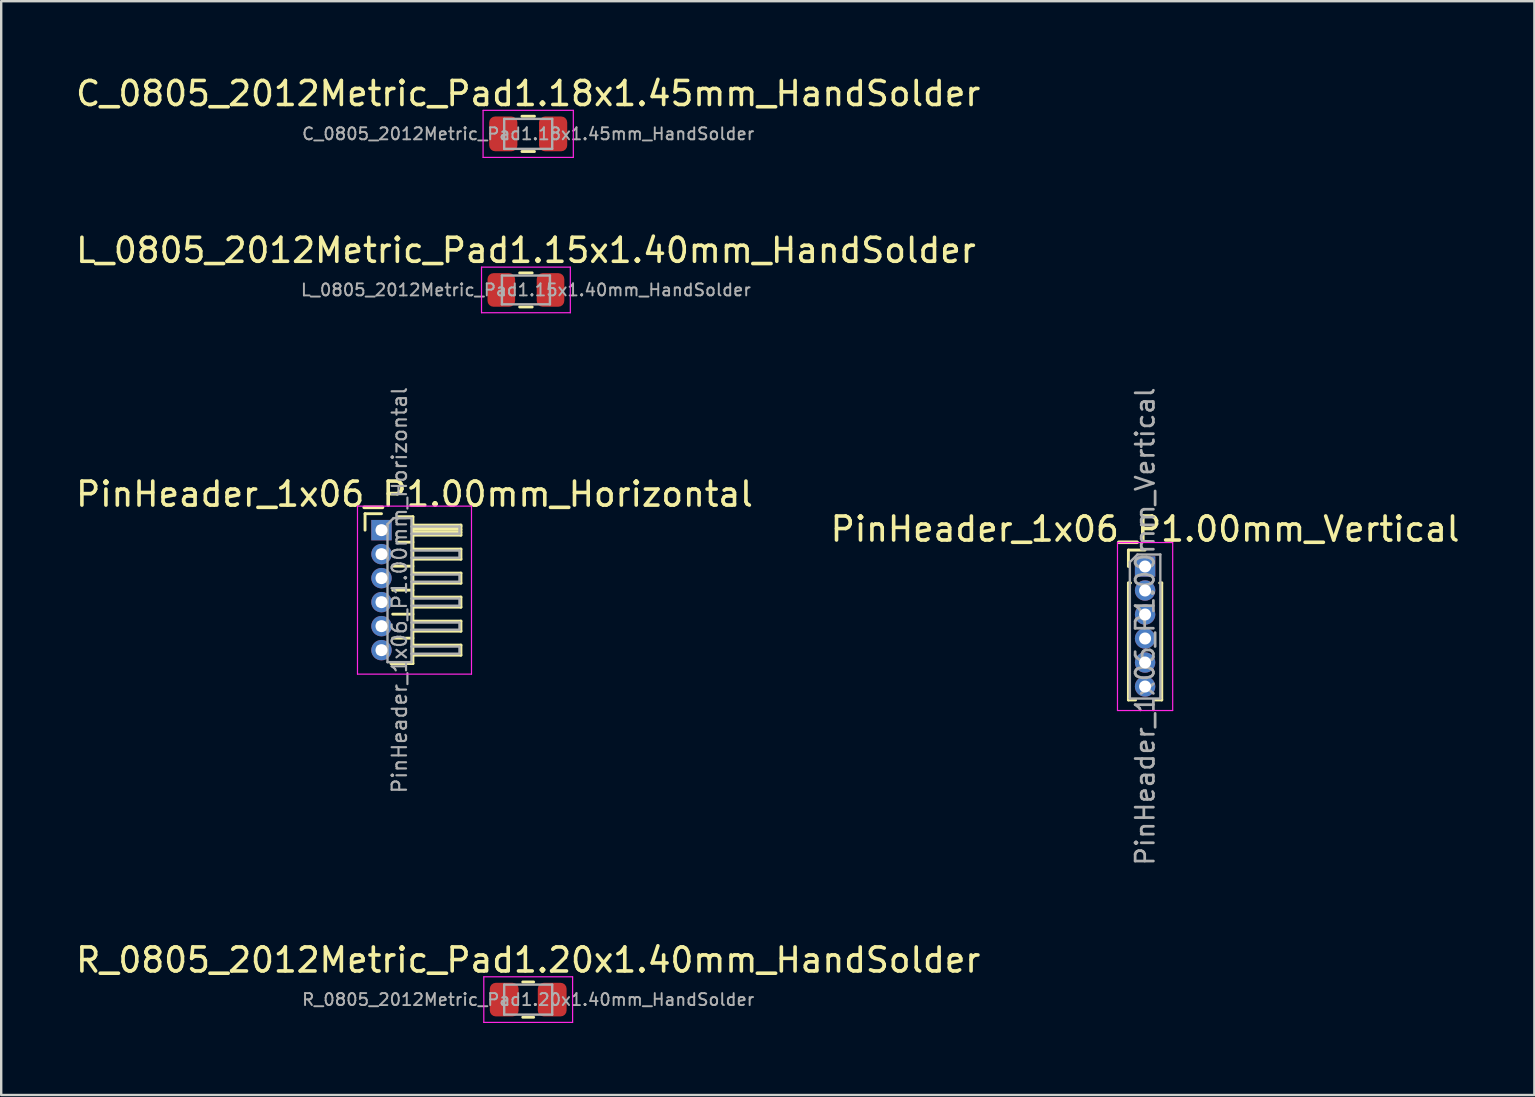
<source format=kicad_pcb>
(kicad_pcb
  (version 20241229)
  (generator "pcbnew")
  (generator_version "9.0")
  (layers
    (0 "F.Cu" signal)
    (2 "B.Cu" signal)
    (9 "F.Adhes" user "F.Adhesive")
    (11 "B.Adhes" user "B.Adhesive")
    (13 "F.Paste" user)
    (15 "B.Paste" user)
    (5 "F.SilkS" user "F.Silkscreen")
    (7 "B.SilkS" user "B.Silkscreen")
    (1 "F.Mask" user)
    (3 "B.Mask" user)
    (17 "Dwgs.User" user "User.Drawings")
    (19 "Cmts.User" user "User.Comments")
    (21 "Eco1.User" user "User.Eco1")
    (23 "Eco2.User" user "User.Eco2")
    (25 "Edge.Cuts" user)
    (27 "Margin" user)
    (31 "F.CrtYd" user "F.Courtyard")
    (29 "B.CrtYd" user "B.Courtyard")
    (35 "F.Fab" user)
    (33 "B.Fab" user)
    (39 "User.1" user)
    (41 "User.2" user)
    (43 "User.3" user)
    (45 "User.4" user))
  (footprint "PinHeader_1x06_P1.00mm_Vertical"
    (layer "F.Cu")
    (at 44.661 20.554)
    (property "Reference" "PinHeader_1x06_P1.00mm_Vertical" (at 0 -1.56 0) (layer "F.SilkS") (effects (font (size 1 1) (thickness 0.15))))
    (attr through_hole)
    (fp_line (start -0.695 -0.685) (end 0 -0.685) (stroke (width 0.12) (type solid)) (layer "F.SilkS"))
    (fp_line (start -0.695 0) (end -0.695 -0.685) (stroke (width 0.12) (type solid)) (layer "F.SilkS"))
    (fp_line (start -0.695 0.685) (end -0.695 5.56) (stroke (width 0.12) (type solid)) (layer "F.SilkS"))
    (fp_line (start -0.695 0.685) (end -0.608 0.685) (stroke (width 0.12) (type solid)) (layer "F.SilkS"))
    (fp_line (start -0.695 5.56) (end -0.394 5.56) (stroke (width 0.12) (type solid)) (layer "F.SilkS"))
    (fp_line (start 0.394 5.56) (end 0.695 5.56) (stroke (width 0.12) (type solid)) (layer "F.SilkS"))
    (fp_line (start 0.608 0.685) (end 0.695 0.685) (stroke (width 0.12) (type solid)) (layer "F.SilkS"))
    (fp_line (start 0.695 0.685) (end 0.695 5.56) (stroke (width 0.12) (type solid)) (layer "F.SilkS"))
    (fp_line (start -1.15 -1) (end -1.15 6) (stroke (width 0.05) (type solid)) (layer "F.CrtYd"))
    (fp_line (start -1.15 6) (end 1.15 6) (stroke (width 0.05) (type solid)) (layer "F.CrtYd"))
    (fp_line (start 1.15 -1) (end -1.15 -1) (stroke (width 0.05) (type solid)) (layer "F.CrtYd"))
    (fp_line (start 1.15 6) (end 1.15 -1) (stroke (width 0.05) (type solid)) (layer "F.CrtYd"))
    (fp_line (start -0.635 -0.182) (end -0.318 -0.5) (stroke (width 0.1) (type solid)) (layer "F.Fab"))
    (fp_line (start -0.635 5.5) (end -0.635 -0.182) (stroke (width 0.1) (type solid)) (layer "F.Fab"))
    (fp_line (start -0.318 -0.5) (end 0.635 -0.5) (stroke (width 0.1) (type solid)) (layer "F.Fab"))
    (fp_line (start 0.635 -0.5) (end 0.635 5.5) (stroke (width 0.1) (type solid)) (layer "F.Fab"))
    (fp_line (start 0.635 5.5) (end -0.635 5.5) (stroke (width 0.1) (type solid)) (layer "F.Fab"))
    (fp_text user "${REFERENCE}" (at 0 2.5 90) (layer "F.Fab") (effects (font (size 0.76 0.76) (thickness 0.114))))
    (pad "1" thru_hole rect (at 0 0) (size 0.85 0.85) (drill 0.5) (layers "*.Cu" "*.Mask"))
    (pad "2" thru_hole oval (at 0 1) (size 0.85 0.85) (drill 0.5) (layers "*.Cu" "*.Mask"))
    (pad "3" thru_hole oval (at 0 2) (size 0.85 0.85) (drill 0.5) (layers "*.Cu" "*.Mask"))
    (pad "4" thru_hole oval (at 0 3) (size 0.85 0.85) (drill 0.5) (layers "*.Cu" "*.Mask"))
    (pad "5" thru_hole oval (at 0 4) (size 0.85 0.85) (drill 0.5) (layers "*.Cu" "*.Mask"))
    (pad "6" thru_hole oval (at 0 5) (size 0.85 0.85) (drill 0.5) (layers "*.Cu" "*.Mask")))
  (footprint "L_0805_2012Metric_Pad1.15x1.40mm_HandSolder"
    (layer "F.Cu")
    (at 18.863 9.031)
    (property "Reference" "L_0805_2012Metric_Pad1.15x1.40mm_HandSolder" (at 0 -1.65 0) (layer "F.SilkS") (effects (font (size 1 1) (thickness 0.15))))
    (attr smd)
    (fp_line (start -0.261 -0.71) (end 0.261 -0.71) (stroke (width 0.12) (type solid)) (layer "F.SilkS"))
    (fp_line (start -0.261 0.71) (end 0.261 0.71) (stroke (width 0.12) (type solid)) (layer "F.SilkS"))
    (fp_line (start -1.85 -0.95) (end 1.85 -0.95) (stroke (width 0.05) (type solid)) (layer "F.CrtYd"))
    (fp_line (start -1.85 0.95) (end -1.85 -0.95) (stroke (width 0.05) (type solid)) (layer "F.CrtYd"))
    (fp_line (start 1.85 -0.95) (end 1.85 0.95) (stroke (width 0.05) (type solid)) (layer "F.CrtYd"))
    (fp_line (start 1.85 0.95) (end -1.85 0.95) (stroke (width 0.05) (type solid)) (layer "F.CrtYd"))
    (fp_line (start -1 -0.6) (end 1 -0.6) (stroke (width 0.1) (type solid)) (layer "F.Fab"))
    (fp_line (start -1 0.6) (end -1 -0.6) (stroke (width 0.1) (type solid)) (layer "F.Fab"))
    (fp_line (start 1 -0.6) (end 1 0.6) (stroke (width 0.1) (type solid)) (layer "F.Fab"))
    (fp_line (start 1 0.6) (end -1 0.6) (stroke (width 0.1) (type solid)) (layer "F.Fab"))
    (fp_text user "${REFERENCE}" (at 0 0 0) (layer "F.Fab") (effects (font (size 0.5 0.5) (thickness 0.08))))
    (pad "1" smd roundrect (at -1.025 0) (size 1.15 1.4) (layers "F.Cu" "F.Mask" "F.Paste") (roundrect_rratio 0.217))
    (pad "2" smd roundrect (at 1.025 0) (size 1.15 1.4) (layers "F.Cu" "F.Mask" "F.Paste") (roundrect_rratio 0.217)))
  (footprint "PinHeader_1x06_P1.00mm_Horizontal"
    (layer "F.Cu")
    (at 12.845 19.039)
    (property "Reference" "PinHeader_1x06_P1.00mm_Horizontal" (at 1.375 -1.5 0) (layer "F.SilkS") (effects (font (size 1 1) (thickness 0.15))))
    (attr through_hole)
    (fp_line (start -0.685 -0.685) (end 0 -0.685) (stroke (width 0.12) (type solid)) (layer "F.SilkS"))
    (fp_line (start -0.685 0) (end -0.685 -0.685) (stroke (width 0.12) (type solid)) (layer "F.SilkS"))
    (fp_line (start 0.468 1.5) (end 1.31 1.5) (stroke (width 0.12) (type solid)) (layer "F.SilkS"))
    (fp_line (start 0.468 2.5) (end 1.31 2.5) (stroke (width 0.12) (type solid)) (layer "F.SilkS"))
    (fp_line (start 0.468 3.5) (end 1.31 3.5) (stroke (width 0.12) (type solid)) (layer "F.SilkS"))
    (fp_line (start 0.468 4.5) (end 1.31 4.5) (stroke (width 0.12) (type solid)) (layer "F.SilkS"))
    (fp_line (start 0.685 -0.56) (end 1.31 -0.56) (stroke (width 0.12) (type solid)) (layer "F.SilkS"))
    (fp_line (start 0.685 0.5) (end 1.31 0.5) (stroke (width 0.12) (type solid)) (layer "F.SilkS"))
    (fp_line (start 1.31 -0.56) (end 1.31 5.56) (stroke (width 0.12) (type solid)) (layer "F.SilkS"))
    (fp_line (start 1.31 -0.21) (end 3.31 -0.21) (stroke (width 0.12) (type solid)) (layer "F.SilkS"))
    (fp_line (start 1.31 -0.15) (end 3.31 -0.15) (stroke (width 0.12) (type solid)) (layer "F.SilkS"))
    (fp_line (start 1.31 -0.03) (end 3.31 -0.03) (stroke (width 0.12) (type solid)) (layer "F.SilkS"))
    (fp_line (start 1.31 0.09) (end 3.31 0.09) (stroke (width 0.12) (type solid)) (layer "F.SilkS"))
    (fp_line (start 1.31 0.79) (end 3.31 0.79) (stroke (width 0.12) (type solid)) (layer "F.SilkS"))
    (fp_line (start 1.31 1.79) (end 3.31 1.79) (stroke (width 0.12) (type solid)) (layer "F.SilkS"))
    (fp_line (start 1.31 2.79) (end 3.31 2.79) (stroke (width 0.12) (type solid)) (layer "F.SilkS"))
    (fp_line (start 1.31 3.79) (end 3.31 3.79) (stroke (width 0.12) (type solid)) (layer "F.SilkS"))
    (fp_line (start 1.31 4.79) (end 3.31 4.79) (stroke (width 0.12) (type solid)) (layer "F.SilkS"))
    (fp_line (start 1.31 5.56) (end 0.394 5.56) (stroke (width 0.12) (type solid)) (layer "F.SilkS"))
    (fp_line (start 3.31 -0.21) (end 3.31 0.21) (stroke (width 0.12) (type solid)) (layer "F.SilkS"))
    (fp_line (start 3.31 0.21) (end 1.31 0.21) (stroke (width 0.12) (type solid)) (layer "F.SilkS"))
    (fp_line (start 3.31 0.79) (end 3.31 1.21) (stroke (width 0.12) (type solid)) (layer "F.SilkS"))
    (fp_line (start 3.31 1.21) (end 1.31 1.21) (stroke (width 0.12) (type solid)) (layer "F.SilkS"))
    (fp_line (start 3.31 1.79) (end 3.31 2.21) (stroke (width 0.12) (type solid)) (layer "F.SilkS"))
    (fp_line (start 3.31 2.21) (end 1.31 2.21) (stroke (width 0.12) (type solid)) (layer "F.SilkS"))
    (fp_line (start 3.31 2.79) (end 3.31 3.21) (stroke (width 0.12) (type solid)) (layer "F.SilkS"))
    (fp_line (start 3.31 3.21) (end 1.31 3.21) (stroke (width 0.12) (type solid)) (layer "F.SilkS"))
    (fp_line (start 3.31 3.79) (end 3.31 4.21) (stroke (width 0.12) (type solid)) (layer "F.SilkS"))
    (fp_line (start 3.31 4.21) (end 1.31 4.21) (stroke (width 0.12) (type solid)) (layer "F.SilkS"))
    (fp_line (start 3.31 4.79) (end 3.31 5.21) (stroke (width 0.12) (type solid)) (layer "F.SilkS"))
    (fp_line (start 3.31 5.21) (end 1.31 5.21) (stroke (width 0.12) (type solid)) (layer "F.SilkS"))
    (fp_line (start -1 -1) (end -1 6) (stroke (width 0.05) (type solid)) (layer "F.CrtYd"))
    (fp_line (start -1 6) (end 3.75 6) (stroke (width 0.05) (type solid)) (layer "F.CrtYd"))
    (fp_line (start 3.75 -1) (end -1 -1) (stroke (width 0.05) (type solid)) (layer "F.CrtYd"))
    (fp_line (start 3.75 6) (end 3.75 -1) (stroke (width 0.05) (type solid)) (layer "F.CrtYd"))
    (fp_line (start -0.15 -0.15) (end -0.15 0.15) (stroke (width 0.1) (type solid)) (layer "F.Fab"))
    (fp_line (start -0.15 -0.15) (end 0.25 -0.15) (stroke (width 0.1) (type solid)) (layer "F.Fab"))
    (fp_line (start -0.15 0.15) (end 0.25 0.15) (stroke (width 0.1) (type solid)) (layer "F.Fab"))
    (fp_line (start -0.15 0.85) (end -0.15 1.15) (stroke (width 0.1) (type solid)) (layer "F.Fab"))
    (fp_line (start -0.15 0.85) (end 0.25 0.85) (stroke (width 0.1) (type solid)) (layer "F.Fab"))
    (fp_line (start -0.15 1.15) (end 0.25 1.15) (stroke (width 0.1) (type solid)) (layer "F.Fab"))
    (fp_line (start -0.15 1.85) (end -0.15 2.15) (stroke (width 0.1) (type solid)) (layer "F.Fab"))
    (fp_line (start -0.15 1.85) (end 0.25 1.85) (stroke (width 0.1) (type solid)) (layer "F.Fab"))
    (fp_line (start -0.15 2.15) (end 0.25 2.15) (stroke (width 0.1) (type solid)) (layer "F.Fab"))
    (fp_line (start -0.15 2.85) (end -0.15 3.15) (stroke (width 0.1) (type solid)) (layer "F.Fab"))
    (fp_line (start -0.15 2.85) (end 0.25 2.85) (stroke (width 0.1) (type solid)) (layer "F.Fab"))
    (fp_line (start -0.15 3.15) (end 0.25 3.15) (stroke (width 0.1) (type solid)) (layer "F.Fab"))
    (fp_line (start -0.15 3.85) (end -0.15 4.15) (stroke (width 0.1) (type solid)) (layer "F.Fab"))
    (fp_line (start -0.15 3.85) (end 0.25 3.85) (stroke (width 0.1) (type solid)) (layer "F.Fab"))
    (fp_line (start -0.15 4.15) (end 0.25 4.15) (stroke (width 0.1) (type solid)) (layer "F.Fab"))
    (fp_line (start -0.15 4.85) (end -0.15 5.15) (stroke (width 0.1) (type solid)) (layer "F.Fab"))
    (fp_line (start -0.15 4.85) (end 0.25 4.85) (stroke (width 0.1) (type solid)) (layer "F.Fab"))
    (fp_line (start -0.15 5.15) (end 0.25 5.15) (stroke (width 0.1) (type solid)) (layer "F.Fab"))
    (fp_line (start 0.25 -0.25) (end 0.5 -0.5) (stroke (width 0.1) (type solid)) (layer "F.Fab"))
    (fp_line (start 0.25 5.5) (end 0.25 -0.25) (stroke (width 0.1) (type solid)) (layer "F.Fab"))
    (fp_line (start 0.5 -0.5) (end 1.25 -0.5) (stroke (width 0.1) (type solid)) (layer "F.Fab"))
    (fp_line (start 1.25 -0.5) (end 1.25 5.5) (stroke (width 0.1) (type solid)) (layer "F.Fab"))
    (fp_line (start 1.25 -0.15) (end 3.25 -0.15) (stroke (width 0.1) (type solid)) (layer "F.Fab"))
    (fp_line (start 1.25 0.15) (end 3.25 0.15) (stroke (width 0.1) (type solid)) (layer "F.Fab"))
    (fp_line (start 1.25 0.85) (end 3.25 0.85) (stroke (width 0.1) (type solid)) (layer "F.Fab"))
    (fp_line (start 1.25 1.15) (end 3.25 1.15) (stroke (width 0.1) (type solid)) (layer "F.Fab"))
    (fp_line (start 1.25 1.85) (end 3.25 1.85) (stroke (width 0.1) (type solid)) (layer "F.Fab"))
    (fp_line (start 1.25 2.15) (end 3.25 2.15) (stroke (width 0.1) (type solid)) (layer "F.Fab"))
    (fp_line (start 1.25 2.85) (end 3.25 2.85) (stroke (width 0.1) (type solid)) (layer "F.Fab"))
    (fp_line (start 1.25 3.15) (end 3.25 3.15) (stroke (width 0.1) (type solid)) (layer "F.Fab"))
    (fp_line (start 1.25 3.85) (end 3.25 3.85) (stroke (width 0.1) (type solid)) (layer "F.Fab"))
    (fp_line (start 1.25 4.15) (end 3.25 4.15) (stroke (width 0.1) (type solid)) (layer "F.Fab"))
    (fp_line (start 1.25 4.85) (end 3.25 4.85) (stroke (width 0.1) (type solid)) (layer "F.Fab"))
    (fp_line (start 1.25 5.15) (end 3.25 5.15) (stroke (width 0.1) (type solid)) (layer "F.Fab"))
    (fp_line (start 1.25 5.5) (end 0.25 5.5) (stroke (width 0.1) (type solid)) (layer "F.Fab"))
    (fp_line (start 3.25 -0.15) (end 3.25 0.15) (stroke (width 0.1) (type solid)) (layer "F.Fab"))
    (fp_line (start 3.25 0.85) (end 3.25 1.15) (stroke (width 0.1) (type solid)) (layer "F.Fab"))
    (fp_line (start 3.25 1.85) (end 3.25 2.15) (stroke (width 0.1) (type solid)) (layer "F.Fab"))
    (fp_line (start 3.25 2.85) (end 3.25 3.15) (stroke (width 0.1) (type solid)) (layer "F.Fab"))
    (fp_line (start 3.25 3.85) (end 3.25 4.15) (stroke (width 0.1) (type solid)) (layer "F.Fab"))
    (fp_line (start 3.25 4.85) (end 3.25 5.15) (stroke (width 0.1) (type solid)) (layer "F.Fab"))
    (fp_text user "${REFERENCE}" (at 0.75 2.5 90) (layer "F.Fab") (effects (font (size 0.6 0.6) (thickness 0.09))))
    (pad "1" thru_hole rect (at 0 0) (size 0.85 0.85) (drill 0.5) (layers "*.Cu" "*.Mask"))
    (pad "2" thru_hole oval (at 0 1) (size 0.85 0.85) (drill 0.5) (layers "*.Cu" "*.Mask"))
    (pad "3" thru_hole oval (at 0 2) (size 0.85 0.85) (drill 0.5) (layers "*.Cu" "*.Mask"))
    (pad "4" thru_hole oval (at 0 3) (size 0.85 0.85) (drill 0.5) (layers "*.Cu" "*.Mask"))
    (pad "5" thru_hole oval (at 0 4) (size 0.85 0.85) (drill 0.5) (layers "*.Cu" "*.Mask"))
    (pad "6" thru_hole oval (at 0 5) (size 0.85 0.85) (drill 0.5) (layers "*.Cu" "*.Mask")))
  (footprint "C_0805_2012Metric_Pad1.18x1.45mm_HandSolder"
    (layer "F.Cu")
    (at 18.958 2.528)
    (property "Reference" "C_0805_2012Metric_Pad1.18x1.45mm_HandSolder" (at 0 -1.68 0) (layer "F.SilkS") (effects (font (size 1 1) (thickness 0.15))))
    (attr smd)
    (fp_line (start -0.261 -0.735) (end 0.261 -0.735) (stroke (width 0.12) (type solid)) (layer "F.SilkS"))
    (fp_line (start -0.261 0.735) (end 0.261 0.735) (stroke (width 0.12) (type solid)) (layer "F.SilkS"))
    (fp_line (start -1.88 -0.98) (end 1.88 -0.98) (stroke (width 0.05) (type solid)) (layer "F.CrtYd"))
    (fp_line (start -1.88 0.98) (end -1.88 -0.98) (stroke (width 0.05) (type solid)) (layer "F.CrtYd"))
    (fp_line (start 1.88 -0.98) (end 1.88 0.98) (stroke (width 0.05) (type solid)) (layer "F.CrtYd"))
    (fp_line (start 1.88 0.98) (end -1.88 0.98) (stroke (width 0.05) (type solid)) (layer "F.CrtYd"))
    (fp_line (start -1 -0.625) (end 1 -0.625) (stroke (width 0.1) (type solid)) (layer "F.Fab"))
    (fp_line (start -1 0.625) (end -1 -0.625) (stroke (width 0.1) (type solid)) (layer "F.Fab"))
    (fp_line (start 1 -0.625) (end 1 0.625) (stroke (width 0.1) (type solid)) (layer "F.Fab"))
    (fp_line (start 1 0.625) (end -1 0.625) (stroke (width 0.1) (type solid)) (layer "F.Fab"))
    (fp_text user "${REFERENCE}" (at 0 0 0) (layer "F.Fab") (effects (font (size 0.5 0.5) (thickness 0.08))))
    (pad "1" smd roundrect (at -1.038 0) (size 1.175 1.45) (layers "F.Cu" "F.Mask" "F.Paste") (roundrect_rratio 0.213))
    (pad "2" smd roundrect (at 1.038 0) (size 1.175 1.45) (layers "F.Cu" "F.Mask" "F.Paste") (roundrect_rratio 0.213)))
  (footprint "R_0805_2012Metric_Pad1.20x1.40mm_HandSolder"
    (layer "F.Cu")
    (at 18.958 38.6)
    (property "Reference" "R_0805_2012Metric_Pad1.20x1.40mm_HandSolder" (at 0 -1.65 0) (layer "F.SilkS") (effects (font (size 1 1) (thickness 0.15))))
    (attr smd)
    (fp_line (start -0.227 -0.735) (end 0.227 -0.735) (stroke (width 0.12) (type solid)) (layer "F.SilkS"))
    (fp_line (start -0.227 0.735) (end 0.227 0.735) (stroke (width 0.12) (type solid)) (layer "F.SilkS"))
    (fp_line (start -1.85 -0.95) (end 1.85 -0.95) (stroke (width 0.05) (type solid)) (layer "F.CrtYd"))
    (fp_line (start -1.85 0.95) (end -1.85 -0.95) (stroke (width 0.05) (type solid)) (layer "F.CrtYd"))
    (fp_line (start 1.85 -0.95) (end 1.85 0.95) (stroke (width 0.05) (type solid)) (layer "F.CrtYd"))
    (fp_line (start 1.85 0.95) (end -1.85 0.95) (stroke (width 0.05) (type solid)) (layer "F.CrtYd"))
    (fp_line (start -1 -0.625) (end 1 -0.625) (stroke (width 0.1) (type solid)) (layer "F.Fab"))
    (fp_line (start -1 0.625) (end -1 -0.625) (stroke (width 0.1) (type solid)) (layer "F.Fab"))
    (fp_line (start 1 -0.625) (end 1 0.625) (stroke (width 0.1) (type solid)) (layer "F.Fab"))
    (fp_line (start 1 0.625) (end -1 0.625) (stroke (width 0.1) (type solid)) (layer "F.Fab"))
    (fp_text user "${REFERENCE}" (at 0 0 0) (layer "F.Fab") (effects (font (size 0.5 0.5) (thickness 0.08))))
    (pad "1" smd roundrect (at -1 0) (size 1.2 1.4) (layers "F.Cu" "F.Mask" "F.Paste") (roundrect_rratio 0.208))
    (pad "2" smd roundrect (at 1 0) (size 1.2 1.4) (layers "F.Cu" "F.Mask" "F.Paste") (roundrect_rratio 0.208)))
  (gr_rect
    (start -3 -3)
    (end 60.881 42.575)
    (stroke (width 0.1) (type default))
    (fill no)
    (layer "Edge.Cuts")))
</source>
